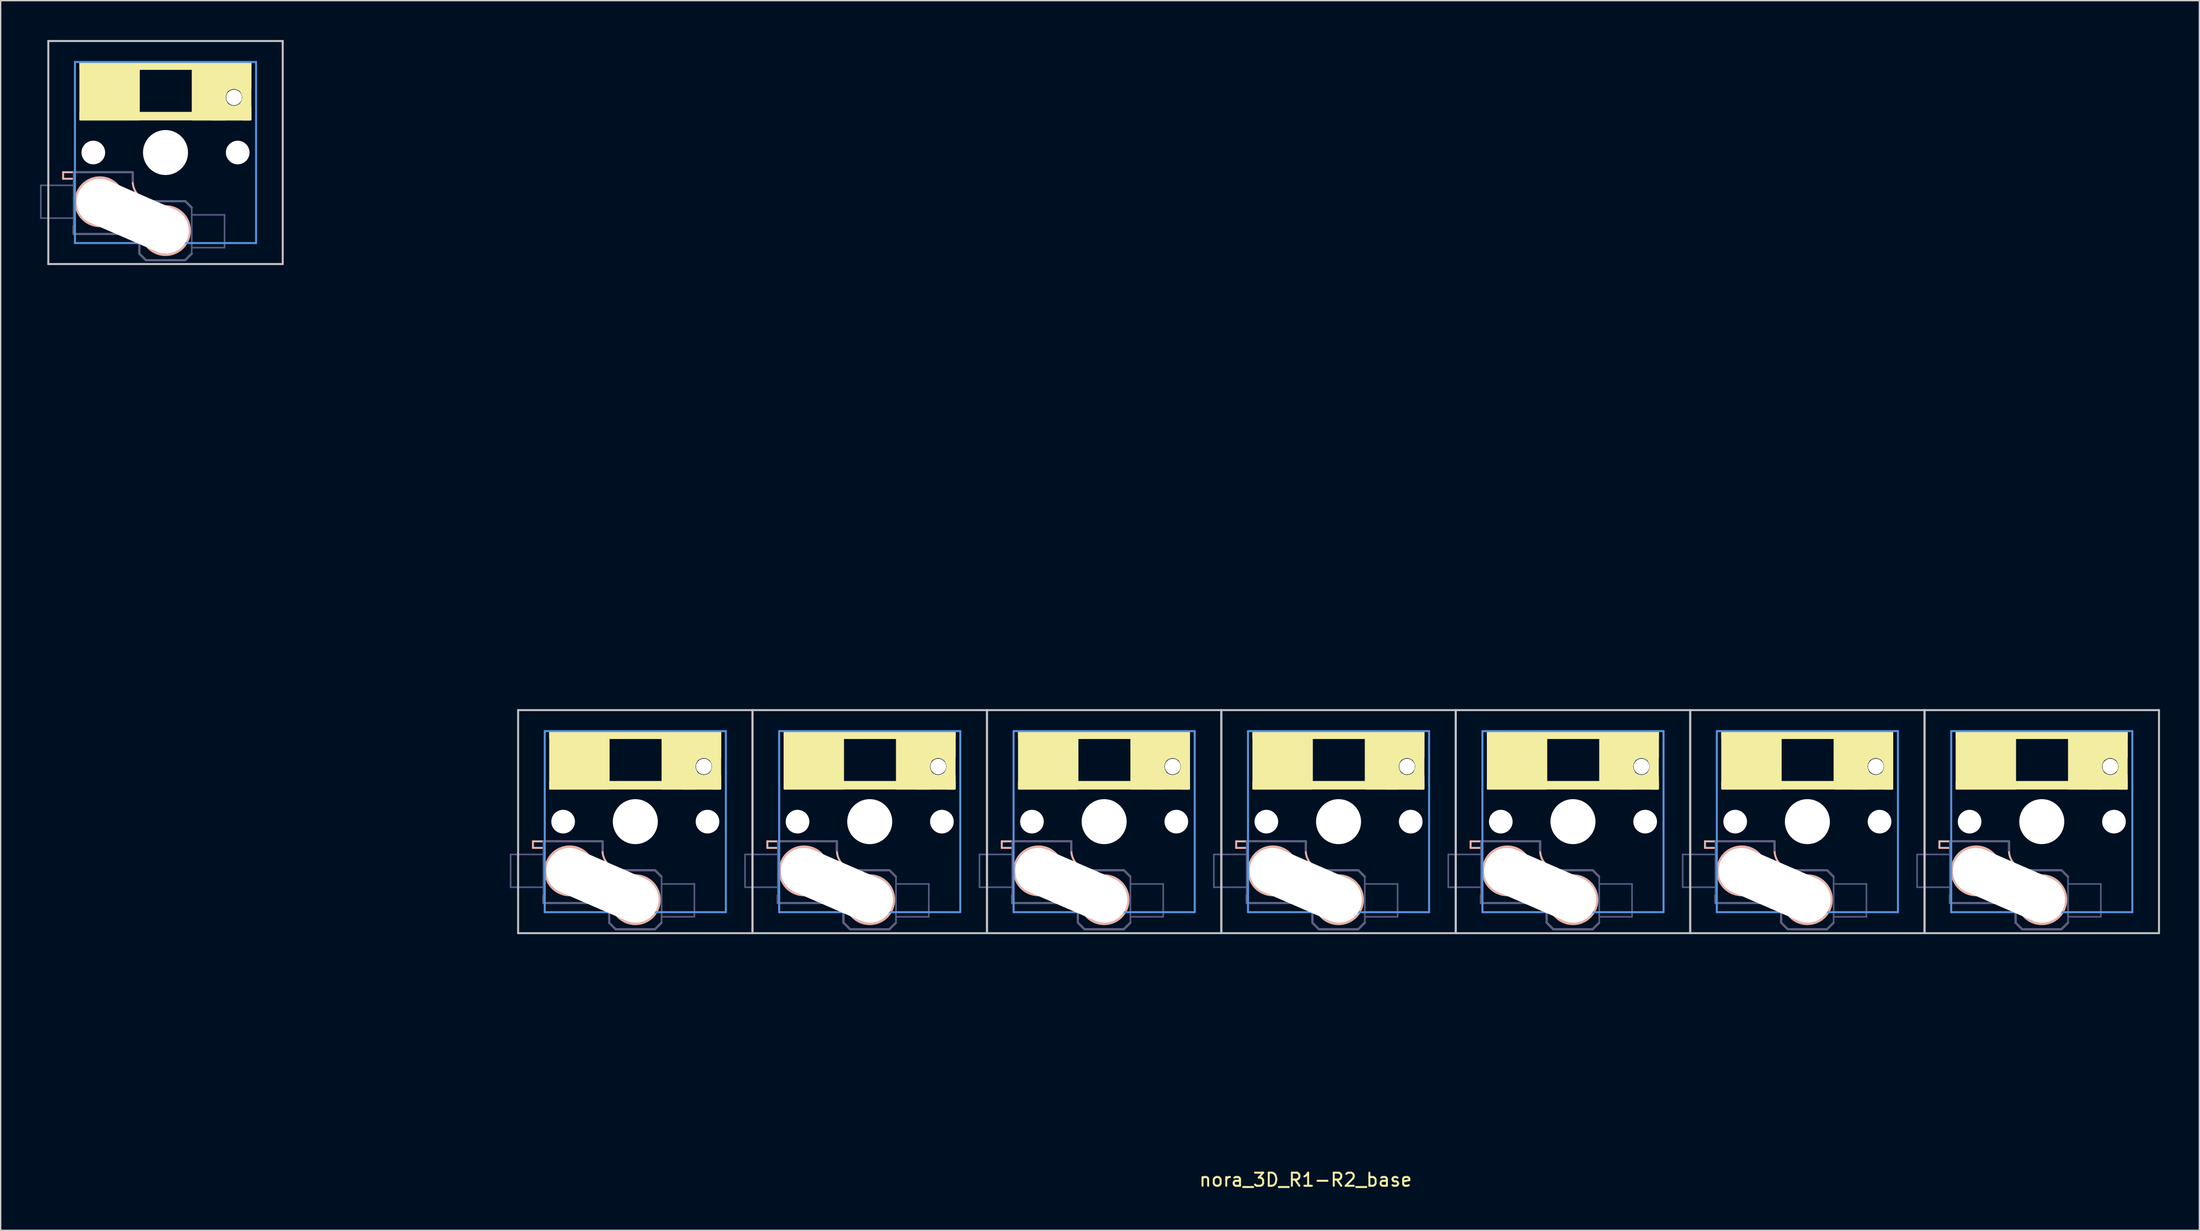
<source format=kicad_pcb>
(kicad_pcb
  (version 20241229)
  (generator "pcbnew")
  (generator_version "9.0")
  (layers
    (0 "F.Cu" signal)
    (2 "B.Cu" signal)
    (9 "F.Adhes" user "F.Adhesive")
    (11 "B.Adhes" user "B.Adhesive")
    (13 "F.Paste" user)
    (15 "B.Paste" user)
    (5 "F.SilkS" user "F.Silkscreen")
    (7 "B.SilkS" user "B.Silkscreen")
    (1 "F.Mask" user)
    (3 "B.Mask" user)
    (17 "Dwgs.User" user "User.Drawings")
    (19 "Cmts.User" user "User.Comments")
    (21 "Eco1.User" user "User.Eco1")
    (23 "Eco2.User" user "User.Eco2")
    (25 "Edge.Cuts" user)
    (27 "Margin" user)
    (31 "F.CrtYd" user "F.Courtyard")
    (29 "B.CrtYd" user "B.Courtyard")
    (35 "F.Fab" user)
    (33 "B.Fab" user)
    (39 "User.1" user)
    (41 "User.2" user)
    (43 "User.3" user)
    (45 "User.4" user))
  (footprint "nora_3D_R1-R2_base"
    (layer "F.Cu")
    (at 45.354 59.576)
    (property "Reference" "nora_3D_R1-R2_base" (at 51.07 27.3 0) (unlocked yes) (layer "F.SilkS") (effects (font (size 1 1) (thickness 0.15))))
    (attr smd)
    (fp_poly (pts (xy -37.804 -57.9) (xy -42.304 -57.9) (xy -42.304 -53.5) (xy -37.804 -53.5)) (stroke (width 0.1) (type solid)) (fill yes) (layer "F.SilkS"))
    (fp_poly (pts (xy -31.254 -57.9) (xy -33.744 -57.9) (xy -33.744 -53.5) (xy -31.254 -53.5)) (stroke (width 0.1) (type solid)) (fill yes) (layer "F.SilkS"))
    (fp_poly (pts (xy -29.304 -57.9) (xy -42.304 -57.9) (xy -42.304 -57.35) (xy -29.304 -57.35)) (stroke (width 0.1) (type solid)) (fill yes) (layer "F.SilkS"))
    (fp_poly (pts (xy -29.304 -57.9) (xy -32.204 -57.9) (xy -32.204 -55.89) (xy -29.304 -55.89)) (stroke (width 0.1) (type solid)) (fill yes) (layer "F.SilkS"))
    (fp_poly (pts (xy -29.304 -57.9) (xy -29.904 -57.9) (xy -29.904 -53.5) (xy -29.304 -53.5)) (stroke (width 0.1) (type solid)) (fill yes) (layer "F.SilkS"))
    (fp_poly (pts (xy -29.304 -54.51) (xy -32.204 -54.51) (xy -32.204 -53.5) (xy -29.304 -53.5)) (stroke (width 0.1) (type solid)) (fill yes) (layer "F.SilkS"))
    (fp_poly (pts (xy -29.304 -54.05) (xy -42.304 -54.05) (xy -42.304 -53.5) (xy -29.304 -53.5)) (stroke (width 0.1) (type solid)) (fill yes) (layer "F.SilkS"))
    (fp_poly (pts (xy -2.01 -6.9) (xy -6.51 -6.9) (xy -6.51 -2.5) (xy -2.01 -2.5)) (stroke (width 0.1) (type solid)) (fill yes) (layer "F.SilkS"))
    (fp_poly (pts (xy 4.54 -6.9) (xy 2.05 -6.9) (xy 2.05 -2.5) (xy 4.54 -2.5)) (stroke (width 0.1) (type solid)) (fill yes) (layer "F.SilkS"))
    (fp_poly (pts (xy 6.49 -6.9) (xy -6.51 -6.9) (xy -6.51 -6.35) (xy 6.49 -6.35)) (stroke (width 0.1) (type solid)) (fill yes) (layer "F.SilkS"))
    (fp_poly (pts (xy 6.49 -6.9) (xy 3.59 -6.9) (xy 3.59 -4.89) (xy 6.49 -4.89)) (stroke (width 0.1) (type solid)) (fill yes) (layer "F.SilkS"))
    (fp_poly (pts (xy 6.49 -6.9) (xy 5.89 -6.9) (xy 5.89 -2.5) (xy 6.49 -2.5)) (stroke (width 0.1) (type solid)) (fill yes) (layer "F.SilkS"))
    (fp_poly (pts (xy 6.49 -3.51) (xy 3.59 -3.51) (xy 3.59 -2.5) (xy 6.49 -2.5)) (stroke (width 0.1) (type solid)) (fill yes) (layer "F.SilkS"))
    (fp_poly (pts (xy 6.49 -3.05) (xy -6.51 -3.05) (xy -6.51 -2.5) (xy 6.49 -2.5)) (stroke (width 0.1) (type solid)) (fill yes) (layer "F.SilkS"))
    (fp_poly (pts (xy 15.849 -6.9) (xy 11.349 -6.9) (xy 11.349 -2.5) (xy 15.849 -2.5)) (stroke (width 0.1) (type solid)) (fill yes) (layer "F.SilkS"))
    (fp_poly (pts (xy 22.399 -6.9) (xy 19.909 -6.9) (xy 19.909 -2.5) (xy 22.399 -2.5)) (stroke (width 0.1) (type solid)) (fill yes) (layer "F.SilkS"))
    (fp_poly (pts (xy 24.349 -6.9) (xy 11.349 -6.9) (xy 11.349 -6.35) (xy 24.349 -6.35)) (stroke (width 0.1) (type solid)) (fill yes) (layer "F.SilkS"))
    (fp_poly (pts (xy 24.349 -6.9) (xy 21.449 -6.9) (xy 21.449 -4.89) (xy 24.349 -4.89)) (stroke (width 0.1) (type solid)) (fill yes) (layer "F.SilkS"))
    (fp_poly (pts (xy 24.349 -6.9) (xy 23.749 -6.9) (xy 23.749 -2.5) (xy 24.349 -2.5)) (stroke (width 0.1) (type solid)) (fill yes) (layer "F.SilkS"))
    (fp_poly (pts (xy 24.349 -3.51) (xy 21.449 -3.51) (xy 21.449 -2.5) (xy 24.349 -2.5)) (stroke (width 0.1) (type solid)) (fill yes) (layer "F.SilkS"))
    (fp_poly (pts (xy 24.349 -3.05) (xy 11.349 -3.05) (xy 11.349 -2.5) (xy 24.349 -2.5)) (stroke (width 0.1) (type solid)) (fill yes) (layer "F.SilkS"))
    (fp_poly (pts (xy 33.709 -6.9) (xy 29.209 -6.9) (xy 29.209 -2.5) (xy 33.709 -2.5)) (stroke (width 0.1) (type solid)) (fill yes) (layer "F.SilkS"))
    (fp_poly (pts (xy 40.259 -6.9) (xy 37.769 -6.9) (xy 37.769 -2.5) (xy 40.259 -2.5)) (stroke (width 0.1) (type solid)) (fill yes) (layer "F.SilkS"))
    (fp_poly (pts (xy 42.209 -6.9) (xy 29.209 -6.9) (xy 29.209 -6.35) (xy 42.209 -6.35)) (stroke (width 0.1) (type solid)) (fill yes) (layer "F.SilkS"))
    (fp_poly (pts (xy 42.209 -6.9) (xy 39.309 -6.9) (xy 39.309 -4.89) (xy 42.209 -4.89)) (stroke (width 0.1) (type solid)) (fill yes) (layer "F.SilkS"))
    (fp_poly (pts (xy 42.209 -6.9) (xy 41.609 -6.9) (xy 41.609 -2.5) (xy 42.209 -2.5)) (stroke (width 0.1) (type solid)) (fill yes) (layer "F.SilkS"))
    (fp_poly (pts (xy 42.209 -3.51) (xy 39.309 -3.51) (xy 39.309 -2.5) (xy 42.209 -2.5)) (stroke (width 0.1) (type solid)) (fill yes) (layer "F.SilkS"))
    (fp_poly (pts (xy 42.209 -3.05) (xy 29.209 -3.05) (xy 29.209 -2.5) (xy 42.209 -2.5)) (stroke (width 0.1) (type solid)) (fill yes) (layer "F.SilkS"))
    (fp_poly (pts (xy 51.568 -6.9) (xy 47.068 -6.9) (xy 47.068 -2.5) (xy 51.568 -2.5)) (stroke (width 0.1) (type solid)) (fill yes) (layer "F.SilkS"))
    (fp_poly (pts (xy 58.118 -6.9) (xy 55.628 -6.9) (xy 55.628 -2.5) (xy 58.118 -2.5)) (stroke (width 0.1) (type solid)) (fill yes) (layer "F.SilkS"))
    (fp_poly (pts (xy 60.068 -6.9) (xy 47.068 -6.9) (xy 47.068 -6.35) (xy 60.068 -6.35)) (stroke (width 0.1) (type solid)) (fill yes) (layer "F.SilkS"))
    (fp_poly (pts (xy 60.068 -6.9) (xy 57.168 -6.9) (xy 57.168 -4.89) (xy 60.068 -4.89)) (stroke (width 0.1) (type solid)) (fill yes) (layer "F.SilkS"))
    (fp_poly (pts (xy 60.068 -6.9) (xy 59.468 -6.9) (xy 59.468 -2.5) (xy 60.068 -2.5)) (stroke (width 0.1) (type solid)) (fill yes) (layer "F.SilkS"))
    (fp_poly (pts (xy 60.068 -3.51) (xy 57.168 -3.51) (xy 57.168 -2.5) (xy 60.068 -2.5)) (stroke (width 0.1) (type solid)) (fill yes) (layer "F.SilkS"))
    (fp_poly (pts (xy 60.068 -3.05) (xy 47.068 -3.05) (xy 47.068 -2.5) (xy 60.068 -2.5)) (stroke (width 0.1) (type solid)) (fill yes) (layer "F.SilkS"))
    (fp_poly (pts (xy 69.428 -6.9) (xy 64.928 -6.9) (xy 64.928 -2.5) (xy 69.428 -2.5)) (stroke (width 0.1) (type solid)) (fill yes) (layer "F.SilkS"))
    (fp_poly (pts (xy 75.978 -6.9) (xy 73.488 -6.9) (xy 73.488 -2.5) (xy 75.978 -2.5)) (stroke (width 0.1) (type solid)) (fill yes) (layer "F.SilkS"))
    (fp_poly (pts (xy 77.928 -6.9) (xy 64.928 -6.9) (xy 64.928 -6.35) (xy 77.928 -6.35)) (stroke (width 0.1) (type solid)) (fill yes) (layer "F.SilkS"))
    (fp_poly (pts (xy 77.928 -6.9) (xy 75.028 -6.9) (xy 75.028 -4.89) (xy 77.928 -4.89)) (stroke (width 0.1) (type solid)) (fill yes) (layer "F.SilkS"))
    (fp_poly (pts (xy 77.928 -6.9) (xy 77.328 -6.9) (xy 77.328 -2.5) (xy 77.928 -2.5)) (stroke (width 0.1) (type solid)) (fill yes) (layer "F.SilkS"))
    (fp_poly (pts (xy 77.928 -3.51) (xy 75.028 -3.51) (xy 75.028 -2.5) (xy 77.928 -2.5)) (stroke (width 0.1) (type solid)) (fill yes) (layer "F.SilkS"))
    (fp_poly (pts (xy 77.928 -3.05) (xy 64.928 -3.05) (xy 64.928 -2.5) (xy 77.928 -2.5)) (stroke (width 0.1) (type solid)) (fill yes) (layer "F.SilkS"))
    (fp_poly (pts (xy 87.287 -6.9) (xy 82.787 -6.9) (xy 82.787 -2.5) (xy 87.287 -2.5)) (stroke (width 0.1) (type solid)) (fill yes) (layer "F.SilkS"))
    (fp_poly (pts (xy 93.837 -6.9) (xy 91.347 -6.9) (xy 91.347 -2.5) (xy 93.837 -2.5)) (stroke (width 0.1) (type solid)) (fill yes) (layer "F.SilkS"))
    (fp_poly (pts (xy 95.787 -6.9) (xy 82.787 -6.9) (xy 82.787 -6.35) (xy 95.787 -6.35)) (stroke (width 0.1) (type solid)) (fill yes) (layer "F.SilkS"))
    (fp_poly (pts (xy 95.787 -6.9) (xy 92.887 -6.9) (xy 92.887 -4.89) (xy 95.787 -4.89)) (stroke (width 0.1) (type solid)) (fill yes) (layer "F.SilkS"))
    (fp_poly (pts (xy 95.787 -6.9) (xy 95.187 -6.9) (xy 95.187 -2.5) (xy 95.787 -2.5)) (stroke (width 0.1) (type solid)) (fill yes) (layer "F.SilkS"))
    (fp_poly (pts (xy 95.787 -3.51) (xy 92.887 -3.51) (xy 92.887 -2.5) (xy 95.787 -2.5)) (stroke (width 0.1) (type solid)) (fill yes) (layer "F.SilkS"))
    (fp_poly (pts (xy 95.787 -3.05) (xy 82.787 -3.05) (xy 82.787 -2.5) (xy 95.787 -2.5)) (stroke (width 0.1) (type solid)) (fill yes) (layer "F.SilkS"))
    (fp_poly (pts (xy 105.146 -6.9) (xy 100.646 -6.9) (xy 100.646 -2.5) (xy 105.146 -2.5)) (stroke (width 0.1) (type solid)) (fill yes) (layer "F.SilkS"))
    (fp_poly (pts (xy 111.696 -6.9) (xy 109.206 -6.9) (xy 109.206 -2.5) (xy 111.696 -2.5)) (stroke (width 0.1) (type solid)) (fill yes) (layer "F.SilkS"))
    (fp_poly (pts (xy 113.646 -6.9) (xy 100.646 -6.9) (xy 100.646 -6.35) (xy 113.646 -6.35)) (stroke (width 0.1) (type solid)) (fill yes) (layer "F.SilkS"))
    (fp_poly (pts (xy 113.646 -6.9) (xy 110.746 -6.9) (xy 110.746 -4.89) (xy 113.646 -4.89)) (stroke (width 0.1) (type solid)) (fill yes) (layer "F.SilkS"))
    (fp_poly (pts (xy 113.646 -6.9) (xy 113.046 -6.9) (xy 113.046 -2.5) (xy 113.646 -2.5)) (stroke (width 0.1) (type solid)) (fill yes) (layer "F.SilkS"))
    (fp_poly (pts (xy 113.646 -3.51) (xy 110.746 -3.51) (xy 110.746 -2.5) (xy 113.646 -2.5)) (stroke (width 0.1) (type solid)) (fill yes) (layer "F.SilkS"))
    (fp_poly (pts (xy 113.646 -3.05) (xy 100.646 -3.05) (xy 100.646 -2.5) (xy 113.646 -2.5)) (stroke (width 0.1) (type solid)) (fill yes) (layer "F.SilkS"))
    (fp_poly (pts (xy -31.204 -55.45) (xy -31.104 -55.65) (xy -31.004 -55.75) (xy -30.804 -55.85) (xy -30.604 -55.9) (xy -31.254 -55.9) (xy -31.254 -55.25)) (stroke (width 0.1) (type solid)) (fill yes) (layer "F.SilkS"))
    (fp_poly (pts (xy -30.804 -54.55) (xy -31.004 -54.65) (xy -31.104 -54.75) (xy -31.204 -54.95) (xy -31.254 -55.15) (xy -31.254 -54.5) (xy -30.604 -54.5)) (stroke (width 0.1) (type solid)) (fill yes) (layer "F.SilkS"))
    (fp_poly (pts (xy -30.354 -55.85) (xy -30.154 -55.75) (xy -30.054 -55.65) (xy -29.954 -55.45) (xy -29.904 -55.25) (xy -29.904 -55.9) (xy -30.554 -55.9)) (stroke (width 0.1) (type solid)) (fill yes) (layer "F.SilkS"))
    (fp_poly (pts (xy -29.954 -54.95) (xy -30.054 -54.75) (xy -30.154 -54.65) (xy -30.354 -54.55) (xy -30.554 -54.5) (xy -29.904 -54.5) (xy -29.904 -55.15)) (stroke (width 0.1) (type solid)) (fill yes) (layer "F.SilkS"))
    (fp_poly (pts (xy 4.59 -4.45) (xy 4.69 -4.65) (xy 4.79 -4.75) (xy 4.99 -4.85) (xy 5.19 -4.9) (xy 4.54 -4.9) (xy 4.54 -4.25)) (stroke (width 0.1) (type solid)) (fill yes) (layer "F.SilkS"))
    (fp_poly (pts (xy 4.99 -3.55) (xy 4.79 -3.65) (xy 4.69 -3.75) (xy 4.59 -3.95) (xy 4.54 -4.15) (xy 4.54 -3.5) (xy 5.19 -3.5)) (stroke (width 0.1) (type solid)) (fill yes) (layer "F.SilkS"))
    (fp_poly (pts (xy 5.44 -4.85) (xy 5.64 -4.75) (xy 5.74 -4.65) (xy 5.84 -4.45) (xy 5.89 -4.25) (xy 5.89 -4.9) (xy 5.24 -4.9)) (stroke (width 0.1) (type solid)) (fill yes) (layer "F.SilkS"))
    (fp_poly (pts (xy 5.84 -3.95) (xy 5.74 -3.75) (xy 5.64 -3.65) (xy 5.44 -3.55) (xy 5.24 -3.5) (xy 5.89 -3.5) (xy 5.89 -4.15)) (stroke (width 0.1) (type solid)) (fill yes) (layer "F.SilkS"))
    (fp_poly (pts (xy 22.449 -4.45) (xy 22.549 -4.65) (xy 22.649 -4.75) (xy 22.849 -4.85) (xy 23.049 -4.9) (xy 22.399 -4.9) (xy 22.399 -4.25)) (stroke (width 0.1) (type solid)) (fill yes) (layer "F.SilkS"))
    (fp_poly (pts (xy 22.849 -3.55) (xy 22.649 -3.65) (xy 22.549 -3.75) (xy 22.449 -3.95) (xy 22.399 -4.15) (xy 22.399 -3.5) (xy 23.049 -3.5)) (stroke (width 0.1) (type solid)) (fill yes) (layer "F.SilkS"))
    (fp_poly (pts (xy 23.299 -4.85) (xy 23.499 -4.75) (xy 23.599 -4.65) (xy 23.699 -4.45) (xy 23.749 -4.25) (xy 23.749 -4.9) (xy 23.099 -4.9)) (stroke (width 0.1) (type solid)) (fill yes) (layer "F.SilkS"))
    (fp_poly (pts (xy 23.699 -3.95) (xy 23.599 -3.75) (xy 23.499 -3.65) (xy 23.299 -3.55) (xy 23.099 -3.5) (xy 23.749 -3.5) (xy 23.749 -4.15)) (stroke (width 0.1) (type solid)) (fill yes) (layer "F.SilkS"))
    (fp_poly (pts (xy 40.309 -4.45) (xy 40.409 -4.65) (xy 40.509 -4.75) (xy 40.709 -4.85) (xy 40.909 -4.9) (xy 40.259 -4.9) (xy 40.259 -4.25)) (stroke (width 0.1) (type solid)) (fill yes) (layer "F.SilkS"))
    (fp_poly (pts (xy 40.709 -3.55) (xy 40.509 -3.65) (xy 40.409 -3.75) (xy 40.309 -3.95) (xy 40.259 -4.15) (xy 40.259 -3.5) (xy 40.909 -3.5)) (stroke (width 0.1) (type solid)) (fill yes) (layer "F.SilkS"))
    (fp_poly (pts (xy 41.159 -4.85) (xy 41.359 -4.75) (xy 41.459 -4.65) (xy 41.559 -4.45) (xy 41.609 -4.25) (xy 41.609 -4.9) (xy 40.959 -4.9)) (stroke (width 0.1) (type solid)) (fill yes) (layer "F.SilkS"))
    (fp_poly (pts (xy 41.559 -3.95) (xy 41.459 -3.75) (xy 41.359 -3.65) (xy 41.159 -3.55) (xy 40.959 -3.5) (xy 41.609 -3.5) (xy 41.609 -4.15)) (stroke (width 0.1) (type solid)) (fill yes) (layer "F.SilkS"))
    (fp_poly (pts (xy 58.168 -4.45) (xy 58.268 -4.65) (xy 58.368 -4.75) (xy 58.568 -4.85) (xy 58.768 -4.9) (xy 58.118 -4.9) (xy 58.118 -4.25)) (stroke (width 0.1) (type solid)) (fill yes) (layer "F.SilkS"))
    (fp_poly (pts (xy 58.568 -3.55) (xy 58.368 -3.65) (xy 58.268 -3.75) (xy 58.168 -3.95) (xy 58.118 -4.15) (xy 58.118 -3.5) (xy 58.768 -3.5)) (stroke (width 0.1) (type solid)) (fill yes) (layer "F.SilkS"))
    (fp_poly (pts (xy 59.018 -4.85) (xy 59.218 -4.75) (xy 59.318 -4.65) (xy 59.418 -4.45) (xy 59.468 -4.25) (xy 59.468 -4.9) (xy 58.818 -4.9)) (stroke (width 0.1) (type solid)) (fill yes) (layer "F.SilkS"))
    (fp_poly (pts (xy 59.418 -3.95) (xy 59.318 -3.75) (xy 59.218 -3.65) (xy 59.018 -3.55) (xy 58.818 -3.5) (xy 59.468 -3.5) (xy 59.468 -4.15)) (stroke (width 0.1) (type solid)) (fill yes) (layer "F.SilkS"))
    (fp_poly (pts (xy 76.028 -4.45) (xy 76.128 -4.65) (xy 76.228 -4.75) (xy 76.428 -4.85) (xy 76.628 -4.9) (xy 75.978 -4.9) (xy 75.978 -4.25)) (stroke (width 0.1) (type solid)) (fill yes) (layer "F.SilkS"))
    (fp_poly (pts (xy 76.428 -3.55) (xy 76.228 -3.65) (xy 76.128 -3.75) (xy 76.028 -3.95) (xy 75.978 -4.15) (xy 75.978 -3.5) (xy 76.628 -3.5)) (stroke (width 0.1) (type solid)) (fill yes) (layer "F.SilkS"))
    (fp_poly (pts (xy 76.878 -4.85) (xy 77.078 -4.75) (xy 77.178 -4.65) (xy 77.278 -4.45) (xy 77.328 -4.25) (xy 77.328 -4.9) (xy 76.678 -4.9)) (stroke (width 0.1) (type solid)) (fill yes) (layer "F.SilkS"))
    (fp_poly (pts (xy 77.278 -3.95) (xy 77.178 -3.75) (xy 77.078 -3.65) (xy 76.878 -3.55) (xy 76.678 -3.5) (xy 77.328 -3.5) (xy 77.328 -4.15)) (stroke (width 0.1) (type solid)) (fill yes) (layer "F.SilkS"))
    (fp_poly (pts (xy 93.887 -4.45) (xy 93.987 -4.65) (xy 94.087 -4.75) (xy 94.287 -4.85) (xy 94.487 -4.9) (xy 93.837 -4.9) (xy 93.837 -4.25)) (stroke (width 0.1) (type solid)) (fill yes) (layer "F.SilkS"))
    (fp_poly (pts (xy 94.287 -3.55) (xy 94.087 -3.65) (xy 93.987 -3.75) (xy 93.887 -3.95) (xy 93.837 -4.15) (xy 93.837 -3.5) (xy 94.487 -3.5)) (stroke (width 0.1) (type solid)) (fill yes) (layer "F.SilkS"))
    (fp_poly (pts (xy 94.737 -4.85) (xy 94.937 -4.75) (xy 95.037 -4.65) (xy 95.137 -4.45) (xy 95.187 -4.25) (xy 95.187 -4.9) (xy 94.537 -4.9)) (stroke (width 0.1) (type solid)) (fill yes) (layer "F.SilkS"))
    (fp_poly (pts (xy 95.137 -3.95) (xy 95.037 -3.75) (xy 94.937 -3.65) (xy 94.737 -3.55) (xy 94.537 -3.5) (xy 95.187 -3.5) (xy 95.187 -4.15)) (stroke (width 0.1) (type solid)) (fill yes) (layer "F.SilkS"))
    (fp_poly (pts (xy 111.746 -4.45) (xy 111.846 -4.65) (xy 111.946 -4.75) (xy 112.146 -4.85) (xy 112.346 -4.9) (xy 111.696 -4.9) (xy 111.696 -4.25)) (stroke (width 0.1) (type solid)) (fill yes) (layer "F.SilkS"))
    (fp_poly (pts (xy 112.146 -3.55) (xy 111.946 -3.65) (xy 111.846 -3.75) (xy 111.746 -3.95) (xy 111.696 -4.15) (xy 111.696 -3.5) (xy 112.346 -3.5)) (stroke (width 0.1) (type solid)) (fill yes) (layer "F.SilkS"))
    (fp_poly (pts (xy 112.596 -4.85) (xy 112.796 -4.75) (xy 112.896 -4.65) (xy 112.996 -4.45) (xy 113.046 -4.25) (xy 113.046 -4.9) (xy 112.396 -4.9)) (stroke (width 0.1) (type solid)) (fill yes) (layer "F.SilkS"))
    (fp_poly (pts (xy 112.996 -3.95) (xy 112.896 -3.75) (xy 112.796 -3.65) (xy 112.596 -3.55) (xy 112.396 -3.5) (xy 113.046 -3.5) (xy 113.046 -4.15)) (stroke (width 0.1) (type solid)) (fill yes) (layer "F.SilkS"))
    (fp_line (start -43.594 -49.5) (end -43.594 -49) (stroke (width 0.15) (type solid)) (layer "B.SilkS"))
    (fp_line (start -42.794 -49) (end -43.594 -49) (stroke (width 0.15) (type solid)) (layer "B.SilkS"))
    (fp_line (start -42.794 -45.4) (end -42.794 -44.8) (stroke (width 0.15) (type solid)) (layer "B.SilkS"))
    (fp_line (start -42.794 -44.8) (end -38.294 -44.8) (stroke (width 0.15) (type solid)) (layer "B.SilkS"))
    (fp_line (start -38.294 -49.5) (end -43.594 -49.5) (stroke (width 0.15) (type solid)) (layer "B.SilkS"))
    (fp_line (start -38.294 -48.8) (end -38.294 -49.5) (stroke (width 0.15) (type solid)) (layer "B.SilkS"))
    (fp_line (start -37.794 -44.3) (end -37.794 -43.3) (stroke (width 0.15) (type solid)) (layer "B.SilkS"))
    (fp_line (start -37.294 -42.8) (end -37.794 -43.3) (stroke (width 0.15) (type solid)) (layer "B.SilkS"))
    (fp_line (start -34.294 -47.3) (end -36.794 -47.3) (stroke (width 0.15) (type solid)) (layer "B.SilkS"))
    (fp_line (start -34.294 -42.8) (end -37.294 -42.8) (stroke (width 0.15) (type solid)) (layer "B.SilkS"))
    (fp_line (start -33.794 -46.8) (end -34.294 -47.3) (stroke (width 0.15) (type solid)) (layer "B.SilkS"))
    (fp_line (start -33.794 -43.3) (end -34.294 -42.8) (stroke (width 0.15) (type solid)) (layer "B.SilkS"))
    (fp_line (start -7.8 1.5) (end -7.8 2) (stroke (width 0.15) (type solid)) (layer "B.SilkS"))
    (fp_line (start -7 2) (end -7.8 2) (stroke (width 0.15) (type solid)) (layer "B.SilkS"))
    (fp_line (start -7 5.6) (end -7 6.2) (stroke (width 0.15) (type solid)) (layer "B.SilkS"))
    (fp_line (start -7 6.2) (end -2.5 6.2) (stroke (width 0.15) (type solid)) (layer "B.SilkS"))
    (fp_line (start -2.5 1.5) (end -7.8 1.5) (stroke (width 0.15) (type solid)) (layer "B.SilkS"))
    (fp_line (start -2.5 2.2) (end -2.5 1.5) (stroke (width 0.15) (type solid)) (layer "B.SilkS"))
    (fp_line (start -2 6.7) (end -2 7.7) (stroke (width 0.15) (type solid)) (layer "B.SilkS"))
    (fp_line (start -1.5 8.2) (end -2 7.7) (stroke (width 0.15) (type solid)) (layer "B.SilkS"))
    (fp_line (start 1.5 3.7) (end -1 3.7) (stroke (width 0.15) (type solid)) (layer "B.SilkS"))
    (fp_line (start 1.5 8.2) (end -1.5 8.2) (stroke (width 0.15) (type solid)) (layer "B.SilkS"))
    (fp_line (start 2 4.2) (end 1.5 3.7) (stroke (width 0.15) (type solid)) (layer "B.SilkS"))
    (fp_line (start 2 7.7) (end 1.5 8.2) (stroke (width 0.15) (type solid)) (layer "B.SilkS"))
    (fp_line (start 10.059 1.5) (end 10.059 2) (stroke (width 0.15) (type solid)) (layer "B.SilkS"))
    (fp_line (start 10.859 2) (end 10.059 2) (stroke (width 0.15) (type solid)) (layer "B.SilkS"))
    (fp_line (start 10.859 5.6) (end 10.859 6.2) (stroke (width 0.15) (type solid)) (layer "B.SilkS"))
    (fp_line (start 10.859 6.2) (end 15.359 6.2) (stroke (width 0.15) (type solid)) (layer "B.SilkS"))
    (fp_line (start 15.359 1.5) (end 10.059 1.5) (stroke (width 0.15) (type solid)) (layer "B.SilkS"))
    (fp_line (start 15.359 2.2) (end 15.359 1.5) (stroke (width 0.15) (type solid)) (layer "B.SilkS"))
    (fp_line (start 15.859 6.7) (end 15.859 7.7) (stroke (width 0.15) (type solid)) (layer "B.SilkS"))
    (fp_line (start 16.359 8.2) (end 15.859 7.7) (stroke (width 0.15) (type solid)) (layer "B.SilkS"))
    (fp_line (start 19.359 3.7) (end 16.859 3.7) (stroke (width 0.15) (type solid)) (layer "B.SilkS"))
    (fp_line (start 19.359 8.2) (end 16.359 8.2) (stroke (width 0.15) (type solid)) (layer "B.SilkS"))
    (fp_line (start 19.859 4.2) (end 19.359 3.7) (stroke (width 0.15) (type solid)) (layer "B.SilkS"))
    (fp_line (start 19.859 7.7) (end 19.359 8.2) (stroke (width 0.15) (type solid)) (layer "B.SilkS"))
    (fp_line (start 27.919 1.5) (end 27.919 2) (stroke (width 0.15) (type solid)) (layer "B.SilkS"))
    (fp_line (start 28.719 2) (end 27.919 2) (stroke (width 0.15) (type solid)) (layer "B.SilkS"))
    (fp_line (start 28.719 5.6) (end 28.719 6.2) (stroke (width 0.15) (type solid)) (layer "B.SilkS"))
    (fp_line (start 28.719 6.2) (end 33.219 6.2) (stroke (width 0.15) (type solid)) (layer "B.SilkS"))
    (fp_line (start 33.219 1.5) (end 27.919 1.5) (stroke (width 0.15) (type solid)) (layer "B.SilkS"))
    (fp_line (start 33.219 2.2) (end 33.219 1.5) (stroke (width 0.15) (type solid)) (layer "B.SilkS"))
    (fp_line (start 33.719 6.7) (end 33.719 7.7) (stroke (width 0.15) (type solid)) (layer "B.SilkS"))
    (fp_line (start 34.219 8.2) (end 33.719 7.7) (stroke (width 0.15) (type solid)) (layer "B.SilkS"))
    (fp_line (start 37.219 3.7) (end 34.719 3.7) (stroke (width 0.15) (type solid)) (layer "B.SilkS"))
    (fp_line (start 37.219 8.2) (end 34.219 8.2) (stroke (width 0.15) (type solid)) (layer "B.SilkS"))
    (fp_line (start 37.719 4.2) (end 37.219 3.7) (stroke (width 0.15) (type solid)) (layer "B.SilkS"))
    (fp_line (start 37.719 7.7) (end 37.219 8.2) (stroke (width 0.15) (type solid)) (layer "B.SilkS"))
    (fp_line (start 45.778 1.5) (end 45.778 2) (stroke (width 0.15) (type solid)) (layer "B.SilkS"))
    (fp_line (start 46.578 2) (end 45.778 2) (stroke (width 0.15) (type solid)) (layer "B.SilkS"))
    (fp_line (start 46.578 5.6) (end 46.578 6.2) (stroke (width 0.15) (type solid)) (layer "B.SilkS"))
    (fp_line (start 46.578 6.2) (end 51.078 6.2) (stroke (width 0.15) (type solid)) (layer "B.SilkS"))
    (fp_line (start 51.078 1.5) (end 45.778 1.5) (stroke (width 0.15) (type solid)) (layer "B.SilkS"))
    (fp_line (start 51.078 2.2) (end 51.078 1.5) (stroke (width 0.15) (type solid)) (layer "B.SilkS"))
    (fp_line (start 51.578 6.7) (end 51.578 7.7) (stroke (width 0.15) (type solid)) (layer "B.SilkS"))
    (fp_line (start 52.078 8.2) (end 51.578 7.7) (stroke (width 0.15) (type solid)) (layer "B.SilkS"))
    (fp_line (start 55.078 3.7) (end 52.578 3.7) (stroke (width 0.15) (type solid)) (layer "B.SilkS"))
    (fp_line (start 55.078 8.2) (end 52.078 8.2) (stroke (width 0.15) (type solid)) (layer "B.SilkS"))
    (fp_line (start 55.578 4.2) (end 55.078 3.7) (stroke (width 0.15) (type solid)) (layer "B.SilkS"))
    (fp_line (start 55.578 7.7) (end 55.078 8.2) (stroke (width 0.15) (type solid)) (layer "B.SilkS"))
    (fp_line (start 63.638 1.5) (end 63.638 2) (stroke (width 0.15) (type solid)) (layer "B.SilkS"))
    (fp_line (start 64.438 2) (end 63.638 2) (stroke (width 0.15) (type solid)) (layer "B.SilkS"))
    (fp_line (start 64.438 5.6) (end 64.438 6.2) (stroke (width 0.15) (type solid)) (layer "B.SilkS"))
    (fp_line (start 64.438 6.2) (end 68.938 6.2) (stroke (width 0.15) (type solid)) (layer "B.SilkS"))
    (fp_line (start 68.938 1.5) (end 63.638 1.5) (stroke (width 0.15) (type solid)) (layer "B.SilkS"))
    (fp_line (start 68.938 2.2) (end 68.938 1.5) (stroke (width 0.15) (type solid)) (layer "B.SilkS"))
    (fp_line (start 69.438 6.7) (end 69.438 7.7) (stroke (width 0.15) (type solid)) (layer "B.SilkS"))
    (fp_line (start 69.938 8.2) (end 69.438 7.7) (stroke (width 0.15) (type solid)) (layer "B.SilkS"))
    (fp_line (start 72.938 3.7) (end 70.438 3.7) (stroke (width 0.15) (type solid)) (layer "B.SilkS"))
    (fp_line (start 72.938 8.2) (end 69.938 8.2) (stroke (width 0.15) (type solid)) (layer "B.SilkS"))
    (fp_line (start 73.438 4.2) (end 72.938 3.7) (stroke (width 0.15) (type solid)) (layer "B.SilkS"))
    (fp_line (start 73.438 7.7) (end 72.938 8.2) (stroke (width 0.15) (type solid)) (layer "B.SilkS"))
    (fp_line (start 81.497 1.5) (end 81.497 2) (stroke (width 0.15) (type solid)) (layer "B.SilkS"))
    (fp_line (start 82.297 2) (end 81.497 2) (stroke (width 0.15) (type solid)) (layer "B.SilkS"))
    (fp_line (start 82.297 5.6) (end 82.297 6.2) (stroke (width 0.15) (type solid)) (layer "B.SilkS"))
    (fp_line (start 82.297 6.2) (end 86.797 6.2) (stroke (width 0.15) (type solid)) (layer "B.SilkS"))
    (fp_line (start 86.797 1.5) (end 81.497 1.5) (stroke (width 0.15) (type solid)) (layer "B.SilkS"))
    (fp_line (start 86.797 2.2) (end 86.797 1.5) (stroke (width 0.15) (type solid)) (layer "B.SilkS"))
    (fp_line (start 87.297 6.7) (end 87.297 7.7) (stroke (width 0.15) (type solid)) (layer "B.SilkS"))
    (fp_line (start 87.797 8.2) (end 87.297 7.7) (stroke (width 0.15) (type solid)) (layer "B.SilkS"))
    (fp_line (start 90.797 3.7) (end 88.297 3.7) (stroke (width 0.15) (type solid)) (layer "B.SilkS"))
    (fp_line (start 90.797 8.2) (end 87.797 8.2) (stroke (width 0.15) (type solid)) (layer "B.SilkS"))
    (fp_line (start 91.297 4.2) (end 90.797 3.7) (stroke (width 0.15) (type solid)) (layer "B.SilkS"))
    (fp_line (start 91.297 7.7) (end 90.797 8.2) (stroke (width 0.15) (type solid)) (layer "B.SilkS"))
    (fp_line (start 99.356 1.5) (end 99.356 2) (stroke (width 0.15) (type solid)) (layer "B.SilkS"))
    (fp_line (start 100.156 2) (end 99.356 2) (stroke (width 0.15) (type solid)) (layer "B.SilkS"))
    (fp_line (start 100.156 5.6) (end 100.156 6.2) (stroke (width 0.15) (type solid)) (layer "B.SilkS"))
    (fp_line (start 100.156 6.2) (end 104.656 6.2) (stroke (width 0.15) (type solid)) (layer "B.SilkS"))
    (fp_line (start 104.656 1.5) (end 99.356 1.5) (stroke (width 0.15) (type solid)) (layer "B.SilkS"))
    (fp_line (start 104.656 2.2) (end 104.656 1.5) (stroke (width 0.15) (type solid)) (layer "B.SilkS"))
    (fp_line (start 105.156 6.7) (end 105.156 7.7) (stroke (width 0.15) (type solid)) (layer "B.SilkS"))
    (fp_line (start 105.656 8.2) (end 105.156 7.7) (stroke (width 0.15) (type solid)) (layer "B.SilkS"))
    (fp_line (start 108.656 3.7) (end 106.156 3.7) (stroke (width 0.15) (type solid)) (layer "B.SilkS"))
    (fp_line (start 108.656 8.2) (end 105.656 8.2) (stroke (width 0.15) (type solid)) (layer "B.SilkS"))
    (fp_line (start 109.156 4.2) (end 108.656 3.7) (stroke (width 0.15) (type solid)) (layer "B.SilkS"))
    (fp_line (start 109.156 7.7) (end 108.656 8.2) (stroke (width 0.15) (type solid)) (layer "B.SilkS"))
    (fp_arc (start -38.293908 -44.8) (mid -37.940355 -44.653553) (end -37.793908 -44.3) (stroke (width 0.15) (type solid)) (layer "B.SilkS"))
    (fp_arc (start -36.793908 -47.3) (mid -37.854568 -47.73934) (end -38.293908 -48.8) (stroke (width 0.15) (type solid)) (layer "B.SilkS"))
    (fp_arc (start -2.5 6.2) (mid -2.146447 6.346447) (end -2 6.7) (stroke (width 0.15) (type solid)) (layer "B.SilkS"))
    (fp_arc (start -1 3.7) (mid -2.06066 3.26066) (end -2.5 2.2) (stroke (width 0.15) (type solid)) (layer "B.SilkS"))
    (fp_arc (start 15.359376 6.2) (mid 15.712929 6.346447) (end 15.859376 6.7) (stroke (width 0.15) (type solid)) (layer "B.SilkS"))
    (fp_arc (start 16.859376 3.7) (mid 15.798716 3.26066) (end 15.359376 2.2) (stroke (width 0.15) (type solid)) (layer "B.SilkS"))
    (fp_arc (start 33.218752 6.2) (mid 33.572305 6.346447) (end 33.718752 6.7) (stroke (width 0.15) (type solid)) (layer "B.SilkS"))
    (fp_arc (start 34.718752 3.7) (mid 33.658092 3.26066) (end 33.218752 2.2) (stroke (width 0.15) (type solid)) (layer "B.SilkS"))
    (fp_arc (start 51.078128 6.2) (mid 51.431681 6.346447) (end 51.578128 6.7) (stroke (width 0.15) (type solid)) (layer "B.SilkS"))
    (fp_arc (start 52.578128 3.7) (mid 51.517468 3.26066) (end 51.078128 2.2) (stroke (width 0.15) (type solid)) (layer "B.SilkS"))
    (fp_arc (start 68.937504 6.2) (mid 69.291057 6.346447) (end 69.437504 6.7) (stroke (width 0.15) (type solid)) (layer "B.SilkS"))
    (fp_arc (start 70.437504 3.7) (mid 69.376844 3.26066) (end 68.937504 2.2) (stroke (width 0.15) (type solid)) (layer "B.SilkS"))
    (fp_arc (start 86.79688 6.2) (mid 87.150433 6.346447) (end 87.29688 6.7) (stroke (width 0.15) (type solid)) (layer "B.SilkS"))
    (fp_arc (start 88.29688 3.7) (mid 87.23622 3.26066) (end 86.79688 2.2) (stroke (width 0.15) (type solid)) (layer "B.SilkS"))
    (fp_arc (start 104.656256 6.2) (mid 105.009809 6.346447) (end 105.156256 6.7) (stroke (width 0.15) (type solid)) (layer "B.SilkS"))
    (fp_arc (start 106.156256 3.7) (mid 105.095596 3.26066) (end 104.656256 2.2) (stroke (width 0.15) (type solid)) (layer "B.SilkS"))
    (fp_circle (center -40.794 -47.25) (end -39.057 -47.25) (stroke (width 0.4) (type solid)) (fill no) (layer "B.SilkS"))
    (fp_circle (center -35.794 -45.05) (end -34.057 -45.05) (stroke (width 0.4) (type solid)) (fill no) (layer "B.SilkS"))
    (fp_circle (center -5 3.75) (end -3.263 3.75) (stroke (width 0.4) (type solid)) (fill no) (layer "B.SilkS"))
    (fp_circle (center 0 5.95) (end 1.737 5.95) (stroke (width 0.4) (type solid)) (fill no) (layer "B.SilkS"))
    (fp_circle (center 12.859 3.75) (end 14.596 3.75) (stroke (width 0.4) (type solid)) (fill no) (layer "B.SilkS"))
    (fp_circle (center 17.859 5.95) (end 19.596 5.95) (stroke (width 0.4) (type solid)) (fill no) (layer "B.SilkS"))
    (fp_circle (center 30.719 3.75) (end 32.455 3.75) (stroke (width 0.4) (type solid)) (fill no) (layer "B.SilkS"))
    (fp_circle (center 35.719 5.95) (end 37.455 5.95) (stroke (width 0.4) (type solid)) (fill no) (layer "B.SilkS"))
    (fp_circle (center 48.578 3.75) (end 50.315 3.75) (stroke (width 0.4) (type solid)) (fill no) (layer "B.SilkS"))
    (fp_circle (center 53.578 5.95) (end 55.315 5.95) (stroke (width 0.4) (type solid)) (fill no) (layer "B.SilkS"))
    (fp_circle (center 66.438 3.75) (end 68.174 3.75) (stroke (width 0.4) (type solid)) (fill no) (layer "B.SilkS"))
    (fp_circle (center 71.438 5.95) (end 73.174 5.95) (stroke (width 0.4) (type solid)) (fill no) (layer "B.SilkS"))
    (fp_circle (center 84.297 3.75) (end 86.033 3.75) (stroke (width 0.4) (type solid)) (fill no) (layer "B.SilkS"))
    (fp_circle (center 89.297 5.95) (end 91.033 5.95) (stroke (width 0.4) (type solid)) (fill no) (layer "B.SilkS"))
    (fp_circle (center 102.156 3.75) (end 103.893 3.75) (stroke (width 0.4) (type solid)) (fill no) (layer "B.SilkS"))
    (fp_circle (center 107.156 5.95) (end 108.893 5.95) (stroke (width 0.4) (type solid)) (fill no) (layer "B.SilkS"))
    (fp_line (start -44.724 -59.5) (end -26.864 -59.5) (stroke (width 0.152) (type solid)) (layer "Dwgs.User"))
    (fp_line (start -44.724 -42.5) (end -44.724 -59.5) (stroke (width 0.152) (type solid)) (layer "Dwgs.User"))
    (fp_line (start -26.864 -59.5) (end -26.864 -42.5) (stroke (width 0.152) (type solid)) (layer "Dwgs.User"))
    (fp_line (start -26.864 -42.5) (end -44.724 -42.5) (stroke (width 0.152) (type solid)) (layer "Dwgs.User"))
    (fp_line (start -8.93 -8.5) (end 8.93 -8.5) (stroke (width 0.152) (type solid)) (layer "Dwgs.User"))
    (fp_line (start -8.93 8.5) (end -8.93 -8.5) (stroke (width 0.152) (type solid)) (layer "Dwgs.User"))
    (fp_line (start 8.93 -8.5) (end 8.93 8.5) (stroke (width 0.152) (type solid)) (layer "Dwgs.User"))
    (fp_line (start 8.93 -8.5) (end 26.789 -8.5) (stroke (width 0.152) (type solid)) (layer "Dwgs.User"))
    (fp_line (start 8.93 8.5) (end -8.93 8.5) (stroke (width 0.152) (type solid)) (layer "Dwgs.User"))
    (fp_line (start 8.93 8.5) (end 8.93 -8.5) (stroke (width 0.152) (type solid)) (layer "Dwgs.User"))
    (fp_line (start 26.789 -8.5) (end 26.789 8.5) (stroke (width 0.152) (type solid)) (layer "Dwgs.User"))
    (fp_line (start 26.789 -8.5) (end 44.648 -8.5) (stroke (width 0.152) (type solid)) (layer "Dwgs.User"))
    (fp_line (start 26.789 8.5) (end 8.93 8.5) (stroke (width 0.152) (type solid)) (layer "Dwgs.User"))
    (fp_line (start 26.789 8.5) (end 26.789 -8.5) (stroke (width 0.152) (type solid)) (layer "Dwgs.User"))
    (fp_line (start 44.648 -8.5) (end 44.648 8.5) (stroke (width 0.152) (type solid)) (layer "Dwgs.User"))
    (fp_line (start 44.648 -8.5) (end 62.508 -8.5) (stroke (width 0.152) (type solid)) (layer "Dwgs.User"))
    (fp_line (start 44.648 8.5) (end 26.789 8.5) (stroke (width 0.152) (type solid)) (layer "Dwgs.User"))
    (fp_line (start 44.648 8.5) (end 44.648 -8.5) (stroke (width 0.152) (type solid)) (layer "Dwgs.User"))
    (fp_line (start 62.508 -8.5) (end 62.508 8.5) (stroke (width 0.152) (type solid)) (layer "Dwgs.User"))
    (fp_line (start 62.508 -8.5) (end 80.367 -8.5) (stroke (width 0.152) (type solid)) (layer "Dwgs.User"))
    (fp_line (start 62.508 8.5) (end 44.648 8.5) (stroke (width 0.152) (type solid)) (layer "Dwgs.User"))
    (fp_line (start 62.508 8.5) (end 62.508 -8.5) (stroke (width 0.152) (type solid)) (layer "Dwgs.User"))
    (fp_line (start 80.367 -8.5) (end 80.367 8.5) (stroke (width 0.152) (type solid)) (layer "Dwgs.User"))
    (fp_line (start 80.367 -8.5) (end 98.227 -8.5) (stroke (width 0.152) (type solid)) (layer "Dwgs.User"))
    (fp_line (start 80.367 8.5) (end 62.508 8.5) (stroke (width 0.152) (type solid)) (layer "Dwgs.User"))
    (fp_line (start 80.367 8.5) (end 80.367 -8.5) (stroke (width 0.152) (type solid)) (layer "Dwgs.User"))
    (fp_line (start 98.227 -8.5) (end 98.227 8.5) (stroke (width 0.152) (type solid)) (layer "Dwgs.User"))
    (fp_line (start 98.227 -8.5) (end 116.086 -8.5) (stroke (width 0.152) (type solid)) (layer "Dwgs.User"))
    (fp_line (start 98.227 8.5) (end 80.367 8.5) (stroke (width 0.152) (type solid)) (layer "Dwgs.User"))
    (fp_line (start 98.227 8.5) (end 98.227 -8.5) (stroke (width 0.152) (type solid)) (layer "Dwgs.User"))
    (fp_line (start 116.086 -8.5) (end 116.086 8.5) (stroke (width 0.152) (type solid)) (layer "Dwgs.User"))
    (fp_line (start 116.086 8.5) (end 98.227 8.5) (stroke (width 0.152) (type solid)) (layer "Dwgs.User"))
    (fp_line (start -42.694 -57.9) (end -28.894 -57.9) (stroke (width 0.152) (type solid)) (layer "Cmts.User"))
    (fp_line (start -42.694 -44.1) (end -42.694 -57.9) (stroke (width 0.152) (type solid)) (layer "Cmts.User"))
    (fp_line (start -28.894 -57.9) (end -28.894 -44.1) (stroke (width 0.152) (type solid)) (layer "Cmts.User"))
    (fp_line (start -28.894 -44.1) (end -42.694 -44.1) (stroke (width 0.152) (type solid)) (layer "Cmts.User"))
    (fp_line (start -6.9 -6.9) (end 6.9 -6.9) (stroke (width 0.152) (type solid)) (layer "Cmts.User"))
    (fp_line (start -6.9 6.9) (end -6.9 -6.9) (stroke (width 0.152) (type solid)) (layer "Cmts.User"))
    (fp_line (start 6.9 -6.9) (end 6.9 6.9) (stroke (width 0.152) (type solid)) (layer "Cmts.User"))
    (fp_line (start 6.9 6.9) (end -6.9 6.9) (stroke (width 0.152) (type solid)) (layer "Cmts.User"))
    (fp_line (start 10.959 -6.9) (end 24.759 -6.9) (stroke (width 0.152) (type solid)) (layer "Cmts.User"))
    (fp_line (start 10.959 6.9) (end 10.959 -6.9) (stroke (width 0.152) (type solid)) (layer "Cmts.User"))
    (fp_line (start 24.759 -6.9) (end 24.759 6.9) (stroke (width 0.152) (type solid)) (layer "Cmts.User"))
    (fp_line (start 24.759 6.9) (end 10.959 6.9) (stroke (width 0.152) (type solid)) (layer "Cmts.User"))
    (fp_line (start 28.819 -6.9) (end 42.619 -6.9) (stroke (width 0.152) (type solid)) (layer "Cmts.User"))
    (fp_line (start 28.819 6.9) (end 28.819 -6.9) (stroke (width 0.152) (type solid)) (layer "Cmts.User"))
    (fp_line (start 42.619 -6.9) (end 42.619 6.9) (stroke (width 0.152) (type solid)) (layer "Cmts.User"))
    (fp_line (start 42.619 6.9) (end 28.819 6.9) (stroke (width 0.152) (type solid)) (layer "Cmts.User"))
    (fp_line (start 46.678 -6.9) (end 60.478 -6.9) (stroke (width 0.152) (type solid)) (layer "Cmts.User"))
    (fp_line (start 46.678 6.9) (end 46.678 -6.9) (stroke (width 0.152) (type solid)) (layer "Cmts.User"))
    (fp_line (start 60.478 -6.9) (end 60.478 6.9) (stroke (width 0.152) (type solid)) (layer "Cmts.User"))
    (fp_line (start 60.478 6.9) (end 46.678 6.9) (stroke (width 0.152) (type solid)) (layer "Cmts.User"))
    (fp_line (start 64.538 -6.9) (end 78.338 -6.9) (stroke (width 0.152) (type solid)) (layer "Cmts.User"))
    (fp_line (start 64.538 6.9) (end 64.538 -6.9) (stroke (width 0.152) (type solid)) (layer "Cmts.User"))
    (fp_line (start 78.338 -6.9) (end 78.338 6.9) (stroke (width 0.152) (type solid)) (layer "Cmts.User"))
    (fp_line (start 78.338 6.9) (end 64.538 6.9) (stroke (width 0.152) (type solid)) (layer "Cmts.User"))
    (fp_line (start 82.397 -6.9) (end 96.197 -6.9) (stroke (width 0.152) (type solid)) (layer "Cmts.User"))
    (fp_line (start 82.397 6.9) (end 82.397 -6.9) (stroke (width 0.152) (type solid)) (layer "Cmts.User"))
    (fp_line (start 96.197 -6.9) (end 96.197 6.9) (stroke (width 0.152) (type solid)) (layer "Cmts.User"))
    (fp_line (start 96.197 6.9) (end 82.397 6.9) (stroke (width 0.152) (type solid)) (layer "Cmts.User"))
    (fp_line (start 100.256 -6.9) (end 114.056 -6.9) (stroke (width 0.152) (type solid)) (layer "Cmts.User"))
    (fp_line (start 100.256 6.9) (end 100.256 -6.9) (stroke (width 0.152) (type solid)) (layer "Cmts.User"))
    (fp_line (start 114.056 -6.9) (end 114.056 6.9) (stroke (width 0.152) (type solid)) (layer "Cmts.User"))
    (fp_line (start 114.056 6.9) (end 100.256 6.9) (stroke (width 0.152) (type solid)) (layer "Cmts.User"))
    (fp_line (start 107.156 8.5) (end -8.93 8.5) (stroke (width 0.1) (type solid)) (layer "Eco1.User"))
    (fp_rect (start -8.93 8.5) (end 107.156 25.5) (stroke (width 0.1) (type solid)) (fill no) (layer "Eco1.User"))
    (fp_rect (start 116.086 -8.5) (end -8.93 8.5) (stroke (width 0.12) (type solid)) (fill no) (layer "Eco1.User"))
    (fp_line (start -43.294 -58.5) (end -28.294 -58.5) (stroke (width 0.152) (type solid)) (layer "Eco2.User"))
    (fp_line (start -43.294 -43.5) (end -43.294 -58.5) (stroke (width 0.152) (type solid)) (layer "Eco2.User"))
    (fp_line (start -38.394 -54.1) (end -38.394 -57.3) (stroke (width 0.15) (type solid)) (layer "Eco2.User"))
    (fp_line (start -38.394 -54.1) (end -33.194 -54.1) (stroke (width 0.15) (type solid)) (layer "Eco2.User"))
    (fp_line (start -33.194 -57.3) (end -38.394 -57.3) (stroke (width 0.15) (type solid)) (layer "Eco2.User"))
    (fp_line (start -33.194 -54.1) (end -33.194 -57.3) (stroke (width 0.15) (type solid)) (layer "Eco2.User"))
    (fp_line (start -28.294 -58.5) (end -28.294 -43.5) (stroke (width 0.152) (type solid)) (layer "Eco2.User"))
    (fp_line (start -28.294 -43.5) (end -43.294 -43.5) (stroke (width 0.152) (type solid)) (layer "Eco2.User"))
    (fp_line (start -7.5 -7.5) (end 7.5 -7.5) (stroke (width 0.152) (type solid)) (layer "Eco2.User"))
    (fp_line (start -7.5 7.5) (end -7.5 -7.5) (stroke (width 0.152) (type solid)) (layer "Eco2.User"))
    (fp_line (start -2.6 -3.1) (end -2.6 -6.3) (stroke (width 0.15) (type solid)) (layer "Eco2.User"))
    (fp_line (start -2.6 -3.1) (end 2.6 -3.1) (stroke (width 0.15) (type solid)) (layer "Eco2.User"))
    (fp_line (start 2.6 -6.3) (end -2.6 -6.3) (stroke (width 0.15) (type solid)) (layer "Eco2.User"))
    (fp_line (start 2.6 -3.1) (end 2.6 -6.3) (stroke (width 0.15) (type solid)) (layer "Eco2.User"))
    (fp_line (start 7.5 -7.5) (end 7.5 7.5) (stroke (width 0.152) (type solid)) (layer "Eco2.User"))
    (fp_line (start 7.5 7.5) (end -7.5 7.5) (stroke (width 0.152) (type solid)) (layer "Eco2.User"))
    (fp_line (start 10.359 -7.5) (end 25.359 -7.5) (stroke (width 0.152) (type solid)) (layer "Eco2.User"))
    (fp_line (start 10.359 7.5) (end 10.359 -7.5) (stroke (width 0.152) (type solid)) (layer "Eco2.User"))
    (fp_line (start 15.259 -3.1) (end 15.259 -6.3) (stroke (width 0.15) (type solid)) (layer "Eco2.User"))
    (fp_line (start 15.259 -3.1) (end 20.459 -3.1) (stroke (width 0.15) (type solid)) (layer "Eco2.User"))
    (fp_line (start 20.459 -6.3) (end 15.259 -6.3) (stroke (width 0.15) (type solid)) (layer "Eco2.User"))
    (fp_line (start 20.459 -3.1) (end 20.459 -6.3) (stroke (width 0.15) (type solid)) (layer "Eco2.User"))
    (fp_line (start 25.359 -7.5) (end 25.359 7.5) (stroke (width 0.152) (type solid)) (layer "Eco2.User"))
    (fp_line (start 25.359 7.5) (end 10.359 7.5) (stroke (width 0.152) (type solid)) (layer "Eco2.User"))
    (fp_line (start 28.219 -7.5) (end 43.219 -7.5) (stroke (width 0.152) (type solid)) (layer "Eco2.User"))
    (fp_line (start 28.219 7.5) (end 28.219 -7.5) (stroke (width 0.152) (type solid)) (layer "Eco2.User"))
    (fp_line (start 33.119 -3.1) (end 33.119 -6.3) (stroke (width 0.15) (type solid)) (layer "Eco2.User"))
    (fp_line (start 33.119 -3.1) (end 38.319 -3.1) (stroke (width 0.15) (type solid)) (layer "Eco2.User"))
    (fp_line (start 38.319 -6.3) (end 33.119 -6.3) (stroke (width 0.15) (type solid)) (layer "Eco2.User"))
    (fp_line (start 38.319 -3.1) (end 38.319 -6.3) (stroke (width 0.15) (type solid)) (layer "Eco2.User"))
    (fp_line (start 43.219 -7.5) (end 43.219 7.5) (stroke (width 0.152) (type solid)) (layer "Eco2.User"))
    (fp_line (start 43.219 7.5) (end 28.219 7.5) (stroke (width 0.152) (type solid)) (layer "Eco2.User"))
    (fp_line (start 46.078 -7.5) (end 61.078 -7.5) (stroke (width 0.152) (type solid)) (layer "Eco2.User"))
    (fp_line (start 46.078 7.5) (end 46.078 -7.5) (stroke (width 0.152) (type solid)) (layer "Eco2.User"))
    (fp_line (start 50.978 -3.1) (end 50.978 -6.3) (stroke (width 0.15) (type solid)) (layer "Eco2.User"))
    (fp_line (start 50.978 -3.1) (end 56.178 -3.1) (stroke (width 0.15) (type solid)) (layer "Eco2.User"))
    (fp_line (start 56.178 -6.3) (end 50.978 -6.3) (stroke (width 0.15) (type solid)) (layer "Eco2.User"))
    (fp_line (start 56.178 -3.1) (end 56.178 -6.3) (stroke (width 0.15) (type solid)) (layer "Eco2.User"))
    (fp_line (start 61.078 -7.5) (end 61.078 7.5) (stroke (width 0.152) (type solid)) (layer "Eco2.User"))
    (fp_line (start 61.078 7.5) (end 46.078 7.5) (stroke (width 0.152) (type solid)) (layer "Eco2.User"))
    (fp_line (start 63.938 -7.5) (end 78.938 -7.5) (stroke (width 0.152) (type solid)) (layer "Eco2.User"))
    (fp_line (start 63.938 7.5) (end 63.938 -7.5) (stroke (width 0.152) (type solid)) (layer "Eco2.User"))
    (fp_line (start 68.838 -3.1) (end 68.838 -6.3) (stroke (width 0.15) (type solid)) (layer "Eco2.User"))
    (fp_line (start 68.838 -3.1) (end 74.038 -3.1) (stroke (width 0.15) (type solid)) (layer "Eco2.User"))
    (fp_line (start 74.038 -6.3) (end 68.838 -6.3) (stroke (width 0.15) (type solid)) (layer "Eco2.User"))
    (fp_line (start 74.038 -3.1) (end 74.038 -6.3) (stroke (width 0.15) (type solid)) (layer "Eco2.User"))
    (fp_line (start 78.938 -7.5) (end 78.938 7.5) (stroke (width 0.152) (type solid)) (layer "Eco2.User"))
    (fp_line (start 78.938 7.5) (end 63.938 7.5) (stroke (width 0.152) (type solid)) (layer "Eco2.User"))
    (fp_line (start 81.797 -7.5) (end 96.797 -7.5) (stroke (width 0.152) (type solid)) (layer "Eco2.User"))
    (fp_line (start 81.797 7.5) (end 81.797 -7.5) (stroke (width 0.152) (type solid)) (layer "Eco2.User"))
    (fp_line (start 86.697 -3.1) (end 86.697 -6.3) (stroke (width 0.15) (type solid)) (layer "Eco2.User"))
    (fp_line (start 86.697 -3.1) (end 91.897 -3.1) (stroke (width 0.15) (type solid)) (layer "Eco2.User"))
    (fp_line (start 91.897 -6.3) (end 86.697 -6.3) (stroke (width 0.15) (type solid)) (layer "Eco2.User"))
    (fp_line (start 91.897 -3.1) (end 91.897 -6.3) (stroke (width 0.15) (type solid)) (layer "Eco2.User"))
    (fp_line (start 96.797 -7.5) (end 96.797 7.5) (stroke (width 0.152) (type solid)) (layer "Eco2.User"))
    (fp_line (start 96.797 7.5) (end 81.797 7.5) (stroke (width 0.152) (type solid)) (layer "Eco2.User"))
    (fp_line (start 99.656 -7.5) (end 114.656 -7.5) (stroke (width 0.152) (type solid)) (layer "Eco2.User"))
    (fp_line (start 99.656 7.5) (end 99.656 -7.5) (stroke (width 0.152) (type solid)) (layer "Eco2.User"))
    (fp_line (start 104.556 -3.1) (end 104.556 -6.3) (stroke (width 0.15) (type solid)) (layer "Eco2.User"))
    (fp_line (start 104.556 -3.1) (end 109.756 -3.1) (stroke (width 0.15) (type solid)) (layer "Eco2.User"))
    (fp_line (start 109.756 -6.3) (end 104.556 -6.3) (stroke (width 0.15) (type solid)) (layer "Eco2.User"))
    (fp_line (start 109.756 -3.1) (end 109.756 -6.3) (stroke (width 0.15) (type solid)) (layer "Eco2.User"))
    (fp_line (start 114.656 -7.5) (end 114.656 7.5) (stroke (width 0.152) (type solid)) (layer "Eco2.User"))
    (fp_line (start 114.656 7.5) (end 99.656 7.5) (stroke (width 0.152) (type solid)) (layer "Eco2.User"))
    (fp_line (start -45.294 -48.5) (end -42.794 -48.5) (stroke (width 0.12) (type solid)) (layer "B.Fab"))
    (fp_line (start -45.294 -46) (end -45.294 -48.5) (stroke (width 0.12) (type solid)) (layer "B.Fab"))
    (fp_line (start -42.794 -49.5) (end -42.794 -44.8) (stroke (width 0.12) (type solid)) (layer "B.Fab"))
    (fp_line (start -42.794 -46) (end -45.294 -46) (stroke (width 0.12) (type solid)) (layer "B.Fab"))
    (fp_line (start -42.794 -44.8) (end -38.294 -44.8) (stroke (width 0.15) (type solid)) (layer "B.Fab"))
    (fp_line (start -38.294 -49.5) (end -42.794 -49.5) (stroke (width 0.15) (type solid)) (layer "B.Fab"))
    (fp_line (start -38.294 -48.8) (end -38.294 -49.5) (stroke (width 0.15) (type solid)) (layer "B.Fab"))
    (fp_line (start -37.794 -44.3) (end -37.794 -43.3) (stroke (width 0.15) (type solid)) (layer "B.Fab"))
    (fp_line (start -37.294 -42.8) (end -37.794 -43.3) (stroke (width 0.15) (type solid)) (layer "B.Fab"))
    (fp_line (start -34.294 -47.3) (end -36.794 -47.3) (stroke (width 0.15) (type solid)) (layer "B.Fab"))
    (fp_line (start -34.294 -42.8) (end -37.294 -42.8) (stroke (width 0.15) (type solid)) (layer "B.Fab"))
    (fp_line (start -33.794 -46.8) (end -34.294 -47.3) (stroke (width 0.15) (type solid)) (layer "B.Fab"))
    (fp_line (start -33.794 -46.75) (end -33.794 -43.3) (stroke (width 0.12) (type solid)) (layer "B.Fab"))
    (fp_line (start -33.794 -46.25) (end -31.294 -46.25) (stroke (width 0.12) (type solid)) (layer "B.Fab"))
    (fp_line (start -33.794 -43.3) (end -34.294 -42.8) (stroke (width 0.15) (type solid)) (layer "B.Fab"))
    (fp_line (start -31.294 -46.25) (end -31.294 -43.75) (stroke (width 0.12) (type solid)) (layer "B.Fab"))
    (fp_line (start -31.294 -43.75) (end -33.794 -43.75) (stroke (width 0.12) (type solid)) (layer "B.Fab"))
    (fp_line (start -9.5 2.5) (end -7 2.5) (stroke (width 0.12) (type solid)) (layer "B.Fab"))
    (fp_line (start -9.5 5) (end -9.5 2.5) (stroke (width 0.12) (type solid)) (layer "B.Fab"))
    (fp_line (start -7 1.5) (end -7 6.2) (stroke (width 0.12) (type solid)) (layer "B.Fab"))
    (fp_line (start -7 5) (end -9.5 5) (stroke (width 0.12) (type solid)) (layer "B.Fab"))
    (fp_line (start -7 6.2) (end -2.5 6.2) (stroke (width 0.15) (type solid)) (layer "B.Fab"))
    (fp_line (start -2.5 1.5) (end -7 1.5) (stroke (width 0.15) (type solid)) (layer "B.Fab"))
    (fp_line (start -2.5 2.2) (end -2.5 1.5) (stroke (width 0.15) (type solid)) (layer "B.Fab"))
    (fp_line (start -2 6.7) (end -2 7.7) (stroke (width 0.15) (type solid)) (layer "B.Fab"))
    (fp_line (start -1.5 8.2) (end -2 7.7) (stroke (width 0.15) (type solid)) (layer "B.Fab"))
    (fp_line (start 1.5 3.7) (end -1 3.7) (stroke (width 0.15) (type solid)) (layer "B.Fab"))
    (fp_line (start 1.5 8.2) (end -1.5 8.2) (stroke (width 0.15) (type solid)) (layer "B.Fab"))
    (fp_line (start 2 4.2) (end 1.5 3.7) (stroke (width 0.15) (type solid)) (layer "B.Fab"))
    (fp_line (start 2 4.25) (end 2 7.7) (stroke (width 0.12) (type solid)) (layer "B.Fab"))
    (fp_line (start 2 4.75) (end 4.5 4.75) (stroke (width 0.12) (type solid)) (layer "B.Fab"))
    (fp_line (start 2 7.7) (end 1.5 8.2) (stroke (width 0.15) (type solid)) (layer "B.Fab"))
    (fp_line (start 4.5 4.75) (end 4.5 7.25) (stroke (width 0.12) (type solid)) (layer "B.Fab"))
    (fp_line (start 4.5 7.25) (end 2 7.25) (stroke (width 0.12) (type solid)) (layer "B.Fab"))
    (fp_line (start 8.359 2.5) (end 10.859 2.5) (stroke (width 0.12) (type solid)) (layer "B.Fab"))
    (fp_line (start 8.359 5) (end 8.359 2.5) (stroke (width 0.12) (type solid)) (layer "B.Fab"))
    (fp_line (start 10.859 1.5) (end 10.859 6.2) (stroke (width 0.12) (type solid)) (layer "B.Fab"))
    (fp_line (start 10.859 5) (end 8.359 5) (stroke (width 0.12) (type solid)) (layer "B.Fab"))
    (fp_line (start 10.859 6.2) (end 15.359 6.2) (stroke (width 0.15) (type solid)) (layer "B.Fab"))
    (fp_line (start 15.359 1.5) (end 10.859 1.5) (stroke (width 0.15) (type solid)) (layer "B.Fab"))
    (fp_line (start 15.359 2.2) (end 15.359 1.5) (stroke (width 0.15) (type solid)) (layer "B.Fab"))
    (fp_line (start 15.859 6.7) (end 15.859 7.7) (stroke (width 0.15) (type solid)) (layer "B.Fab"))
    (fp_line (start 16.359 8.2) (end 15.859 7.7) (stroke (width 0.15) (type solid)) (layer "B.Fab"))
    (fp_line (start 19.359 3.7) (end 16.859 3.7) (stroke (width 0.15) (type solid)) (layer "B.Fab"))
    (fp_line (start 19.359 8.2) (end 16.359 8.2) (stroke (width 0.15) (type solid)) (layer "B.Fab"))
    (fp_line (start 19.859 4.2) (end 19.359 3.7) (stroke (width 0.15) (type solid)) (layer "B.Fab"))
    (fp_line (start 19.859 4.25) (end 19.859 7.7) (stroke (width 0.12) (type solid)) (layer "B.Fab"))
    (fp_line (start 19.859 4.75) (end 22.359 4.75) (stroke (width 0.12) (type solid)) (layer "B.Fab"))
    (fp_line (start 19.859 7.7) (end 19.359 8.2) (stroke (width 0.15) (type solid)) (layer "B.Fab"))
    (fp_line (start 22.359 4.75) (end 22.359 7.25) (stroke (width 0.12) (type solid)) (layer "B.Fab"))
    (fp_line (start 22.359 7.25) (end 19.859 7.25) (stroke (width 0.12) (type solid)) (layer "B.Fab"))
    (fp_line (start 26.219 2.5) (end 28.719 2.5) (stroke (width 0.12) (type solid)) (layer "B.Fab"))
    (fp_line (start 26.219 5) (end 26.219 2.5) (stroke (width 0.12) (type solid)) (layer "B.Fab"))
    (fp_line (start 28.719 1.5) (end 28.719 6.2) (stroke (width 0.12) (type solid)) (layer "B.Fab"))
    (fp_line (start 28.719 5) (end 26.219 5) (stroke (width 0.12) (type solid)) (layer "B.Fab"))
    (fp_line (start 28.719 6.2) (end 33.219 6.2) (stroke (width 0.15) (type solid)) (layer "B.Fab"))
    (fp_line (start 33.219 1.5) (end 28.719 1.5) (stroke (width 0.15) (type solid)) (layer "B.Fab"))
    (fp_line (start 33.219 2.2) (end 33.219 1.5) (stroke (width 0.15) (type solid)) (layer "B.Fab"))
    (fp_line (start 33.719 6.7) (end 33.719 7.7) (stroke (width 0.15) (type solid)) (layer "B.Fab"))
    (fp_line (start 34.219 8.2) (end 33.719 7.7) (stroke (width 0.15) (type solid)) (layer "B.Fab"))
    (fp_line (start 37.219 3.7) (end 34.719 3.7) (stroke (width 0.15) (type solid)) (layer "B.Fab"))
    (fp_line (start 37.219 8.2) (end 34.219 8.2) (stroke (width 0.15) (type solid)) (layer "B.Fab"))
    (fp_line (start 37.719 4.2) (end 37.219 3.7) (stroke (width 0.15) (type solid)) (layer "B.Fab"))
    (fp_line (start 37.719 4.25) (end 37.719 7.7) (stroke (width 0.12) (type solid)) (layer "B.Fab"))
    (fp_line (start 37.719 4.75) (end 40.219 4.75) (stroke (width 0.12) (type solid)) (layer "B.Fab"))
    (fp_line (start 37.719 7.7) (end 37.219 8.2) (stroke (width 0.15) (type solid)) (layer "B.Fab"))
    (fp_line (start 40.219 4.75) (end 40.219 7.25) (stroke (width 0.12) (type solid)) (layer "B.Fab"))
    (fp_line (start 40.219 7.25) (end 37.719 7.25) (stroke (width 0.12) (type solid)) (layer "B.Fab"))
    (fp_line (start 44.078 2.5) (end 46.578 2.5) (stroke (width 0.12) (type solid)) (layer "B.Fab"))
    (fp_line (start 44.078 5) (end 44.078 2.5) (stroke (width 0.12) (type solid)) (layer "B.Fab"))
    (fp_line (start 46.578 1.5) (end 46.578 6.2) (stroke (width 0.12) (type solid)) (layer "B.Fab"))
    (fp_line (start 46.578 5) (end 44.078 5) (stroke (width 0.12) (type solid)) (layer "B.Fab"))
    (fp_line (start 46.578 6.2) (end 51.078 6.2) (stroke (width 0.15) (type solid)) (layer "B.Fab"))
    (fp_line (start 51.078 1.5) (end 46.578 1.5) (stroke (width 0.15) (type solid)) (layer "B.Fab"))
    (fp_line (start 51.078 2.2) (end 51.078 1.5) (stroke (width 0.15) (type solid)) (layer "B.Fab"))
    (fp_line (start 51.578 6.7) (end 51.578 7.7) (stroke (width 0.15) (type solid)) (layer "B.Fab"))
    (fp_line (start 52.078 8.2) (end 51.578 7.7) (stroke (width 0.15) (type solid)) (layer "B.Fab"))
    (fp_line (start 55.078 3.7) (end 52.578 3.7) (stroke (width 0.15) (type solid)) (layer "B.Fab"))
    (fp_line (start 55.078 8.2) (end 52.078 8.2) (stroke (width 0.15) (type solid)) (layer "B.Fab"))
    (fp_line (start 55.578 4.2) (end 55.078 3.7) (stroke (width 0.15) (type solid)) (layer "B.Fab"))
    (fp_line (start 55.578 4.25) (end 55.578 7.7) (stroke (width 0.12) (type solid)) (layer "B.Fab"))
    (fp_line (start 55.578 4.75) (end 58.078 4.75) (stroke (width 0.12) (type solid)) (layer "B.Fab"))
    (fp_line (start 55.578 7.7) (end 55.078 8.2) (stroke (width 0.15) (type solid)) (layer "B.Fab"))
    (fp_line (start 58.078 4.75) (end 58.078 7.25) (stroke (width 0.12) (type solid)) (layer "B.Fab"))
    (fp_line (start 58.078 7.25) (end 55.578 7.25) (stroke (width 0.12) (type solid)) (layer "B.Fab"))
    (fp_line (start 61.938 2.5) (end 64.438 2.5) (stroke (width 0.12) (type solid)) (layer "B.Fab"))
    (fp_line (start 61.938 5) (end 61.938 2.5) (stroke (width 0.12) (type solid)) (layer "B.Fab"))
    (fp_line (start 64.438 1.5) (end 64.438 6.2) (stroke (width 0.12) (type solid)) (layer "B.Fab"))
    (fp_line (start 64.438 5) (end 61.938 5) (stroke (width 0.12) (type solid)) (layer "B.Fab"))
    (fp_line (start 64.438 6.2) (end 68.938 6.2) (stroke (width 0.15) (type solid)) (layer "B.Fab"))
    (fp_line (start 68.938 1.5) (end 64.438 1.5) (stroke (width 0.15) (type solid)) (layer "B.Fab"))
    (fp_line (start 68.938 2.2) (end 68.938 1.5) (stroke (width 0.15) (type solid)) (layer "B.Fab"))
    (fp_line (start 69.438 6.7) (end 69.438 7.7) (stroke (width 0.15) (type solid)) (layer "B.Fab"))
    (fp_line (start 69.938 8.2) (end 69.438 7.7) (stroke (width 0.15) (type solid)) (layer "B.Fab"))
    (fp_line (start 72.938 3.7) (end 70.438 3.7) (stroke (width 0.15) (type solid)) (layer "B.Fab"))
    (fp_line (start 72.938 8.2) (end 69.938 8.2) (stroke (width 0.15) (type solid)) (layer "B.Fab"))
    (fp_line (start 73.438 4.2) (end 72.938 3.7) (stroke (width 0.15) (type solid)) (layer "B.Fab"))
    (fp_line (start 73.438 4.25) (end 73.438 7.7) (stroke (width 0.12) (type solid)) (layer "B.Fab"))
    (fp_line (start 73.438 4.75) (end 75.938 4.75) (stroke (width 0.12) (type solid)) (layer "B.Fab"))
    (fp_line (start 73.438 7.7) (end 72.938 8.2) (stroke (width 0.15) (type solid)) (layer "B.Fab"))
    (fp_line (start 75.938 4.75) (end 75.938 7.25) (stroke (width 0.12) (type solid)) (layer "B.Fab"))
    (fp_line (start 75.938 7.25) (end 73.438 7.25) (stroke (width 0.12) (type solid)) (layer "B.Fab"))
    (fp_line (start 79.797 2.5) (end 82.297 2.5) (stroke (width 0.12) (type solid)) (layer "B.Fab"))
    (fp_line (start 79.797 5) (end 79.797 2.5) (stroke (width 0.12) (type solid)) (layer "B.Fab"))
    (fp_line (start 82.297 1.5) (end 82.297 6.2) (stroke (width 0.12) (type solid)) (layer "B.Fab"))
    (fp_line (start 82.297 5) (end 79.797 5) (stroke (width 0.12) (type solid)) (layer "B.Fab"))
    (fp_line (start 82.297 6.2) (end 86.797 6.2) (stroke (width 0.15) (type solid)) (layer "B.Fab"))
    (fp_line (start 86.797 1.5) (end 82.297 1.5) (stroke (width 0.15) (type solid)) (layer "B.Fab"))
    (fp_line (start 86.797 2.2) (end 86.797 1.5) (stroke (width 0.15) (type solid)) (layer "B.Fab"))
    (fp_line (start 87.297 6.7) (end 87.297 7.7) (stroke (width 0.15) (type solid)) (layer "B.Fab"))
    (fp_line (start 87.797 8.2) (end 87.297 7.7) (stroke (width 0.15) (type solid)) (layer "B.Fab"))
    (fp_line (start 90.797 3.7) (end 88.297 3.7) (stroke (width 0.15) (type solid)) (layer "B.Fab"))
    (fp_line (start 90.797 8.2) (end 87.797 8.2) (stroke (width 0.15) (type solid)) (layer "B.Fab"))
    (fp_line (start 91.297 4.2) (end 90.797 3.7) (stroke (width 0.15) (type solid)) (layer "B.Fab"))
    (fp_line (start 91.297 4.25) (end 91.297 7.7) (stroke (width 0.12) (type solid)) (layer "B.Fab"))
    (fp_line (start 91.297 4.75) (end 93.797 4.75) (stroke (width 0.12) (type solid)) (layer "B.Fab"))
    (fp_line (start 91.297 7.7) (end 90.797 8.2) (stroke (width 0.15) (type solid)) (layer "B.Fab"))
    (fp_line (start 93.797 4.75) (end 93.797 7.25) (stroke (width 0.12) (type solid)) (layer "B.Fab"))
    (fp_line (start 93.797 7.25) (end 91.297 7.25) (stroke (width 0.12) (type solid)) (layer "B.Fab"))
    (fp_line (start 97.656 2.5) (end 100.156 2.5) (stroke (width 0.12) (type solid)) (layer "B.Fab"))
    (fp_line (start 97.656 5) (end 97.656 2.5) (stroke (width 0.12) (type solid)) (layer "B.Fab"))
    (fp_line (start 100.156 1.5) (end 100.156 6.2) (stroke (width 0.12) (type solid)) (layer "B.Fab"))
    (fp_line (start 100.156 5) (end 97.656 5) (stroke (width 0.12) (type solid)) (layer "B.Fab"))
    (fp_line (start 100.156 6.2) (end 104.656 6.2) (stroke (width 0.15) (type solid)) (layer "B.Fab"))
    (fp_line (start 104.656 1.5) (end 100.156 1.5) (stroke (width 0.15) (type solid)) (layer "B.Fab"))
    (fp_line (start 104.656 2.2) (end 104.656 1.5) (stroke (width 0.15) (type solid)) (layer "B.Fab"))
    (fp_line (start 105.156 6.7) (end 105.156 7.7) (stroke (width 0.15) (type solid)) (layer "B.Fab"))
    (fp_line (start 105.656 8.2) (end 105.156 7.7) (stroke (width 0.15) (type solid)) (layer "B.Fab"))
    (fp_line (start 108.656 3.7) (end 106.156 3.7) (stroke (width 0.15) (type solid)) (layer "B.Fab"))
    (fp_line (start 108.656 8.2) (end 105.656 8.2) (stroke (width 0.15) (type solid)) (layer "B.Fab"))
    (fp_line (start 109.156 4.2) (end 108.656 3.7) (stroke (width 0.15) (type solid)) (layer "B.Fab"))
    (fp_line (start 109.156 4.25) (end 109.156 7.7) (stroke (width 0.12) (type solid)) (layer "B.Fab"))
    (fp_line (start 109.156 4.75) (end 111.656 4.75) (stroke (width 0.12) (type solid)) (layer "B.Fab"))
    (fp_line (start 109.156 7.7) (end 108.656 8.2) (stroke (width 0.15) (type solid)) (layer "B.Fab"))
    (fp_line (start 111.656 4.75) (end 111.656 7.25) (stroke (width 0.12) (type solid)) (layer "B.Fab"))
    (fp_line (start 111.656 7.25) (end 109.156 7.25) (stroke (width 0.12) (type solid)) (layer "B.Fab"))
    (fp_arc (start -38.293908 -44.8) (mid -37.940355 -44.653553) (end -37.793908 -44.3) (stroke (width 0.15) (type solid)) (layer "B.Fab"))
    (fp_arc (start -2.5 6.2) (mid -2.146447 6.346447) (end -2 6.7) (stroke (width 0.15) (type solid)) (layer "B.Fab"))
    (fp_arc (start 15.359376 6.2) (mid 15.712929 6.346447) (end 15.859376 6.7) (stroke (width 0.15) (type solid)) (layer "B.Fab"))
    (fp_arc (start 33.218752 6.2) (mid 33.572305 6.346447) (end 33.718752 6.7) (stroke (width 0.15) (type solid)) (layer "B.Fab"))
    (fp_arc (start 51.078128 6.2) (mid 51.431681 6.346447) (end 51.578128 6.7) (stroke (width 0.15) (type solid)) (layer "B.Fab"))
    (fp_arc (start 68.937504 6.2) (mid 69.291057 6.346447) (end 69.437504 6.7) (stroke (width 0.15) (type solid)) (layer "B.Fab"))
    (fp_arc (start 86.79688 6.2) (mid 87.150433 6.346447) (end 87.29688 6.7) (stroke (width 0.15) (type solid)) (layer "B.Fab"))
    (fp_arc (start 104.656256 6.2) (mid 105.009809 6.346447) (end 105.156256 6.7) (stroke (width 0.15) (type solid)) (layer "B.Fab"))
    (pad "" np_thru_hole circle (at -41.294 -51 180) (size 1.8 1.8) (drill 1.8) (layers "*.Cu" "*.Mask"))
    (pad "" np_thru_hole circle (at -40.794 -47.25) (size 3 3) (drill 3) (layers "*.Cu" "*.Mask"))
    (pad "" np_thru_hole oval (at -38.294 -46.15 66.5) (size 3.5 9) (drill oval 3.5 9) (layers "*.Cu" "*.Mask"))
    (pad "" np_thru_hole circle (at -35.794 -51) (size 3.429 3.429) (drill 3.429) (layers "*.Cu" "*.Mask"))
    (pad "" np_thru_hole circle (at -35.794 -45.05) (size 3 3) (drill 3) (layers "*.Cu" "*.Mask"))
    (pad "" np_thru_hole circle (at -30.574 -55.2 180) (size 1.2 1.2) (drill 1.2) (layers "*.Cu" "*.Mask"))
    (pad "" np_thru_hole circle (at -30.294 -51 180) (size 1.8 1.8) (drill 1.8) (layers "*.Cu" "*.Mask"))
    (pad "" np_thru_hole circle (at -5.5 0 180) (size 1.8 1.8) (drill 1.8) (layers "*.Cu" "*.Mask"))
    (pad "" np_thru_hole circle (at -5 3.75) (size 3 3) (drill 3) (layers "*.Cu" "*.Mask"))
    (pad "" np_thru_hole oval (at -2.5 4.85 66.5) (size 3.5 9) (drill oval 3.5 9) (layers "*.Cu" "*.Mask"))
    (pad "" np_thru_hole circle (at 0 0) (size 3.429 3.429) (drill 3.429) (layers "*.Cu" "*.Mask"))
    (pad "" np_thru_hole circle (at 0 5.95) (size 3 3) (drill 3) (layers "*.Cu" "*.Mask"))
    (pad "" np_thru_hole circle (at 5.22 -4.2 180) (size 1.2 1.2) (drill 1.2) (layers "*.Cu" "*.Mask"))
    (pad "" np_thru_hole circle (at 5.5 0 180) (size 1.8 1.8) (drill 1.8) (layers "*.Cu" "*.Mask"))
    (pad "" np_thru_hole circle (at 12.359 0 180) (size 1.8 1.8) (drill 1.8) (layers "*.Cu" "*.Mask"))
    (pad "" np_thru_hole circle (at 12.859 3.75) (size 3 3) (drill 3) (layers "*.Cu" "*.Mask"))
    (pad "" np_thru_hole oval (at 15.359 4.85 66.5) (size 3.5 9) (drill oval 3.5 9) (layers "*.Cu" "*.Mask"))
    (pad "" np_thru_hole circle (at 17.859 0) (size 3.429 3.429) (drill 3.429) (layers "*.Cu" "*.Mask"))
    (pad "" np_thru_hole circle (at 17.859 5.95) (size 3 3) (drill 3) (layers "*.Cu" "*.Mask"))
    (pad "" np_thru_hole circle (at 23.079 -4.2 180) (size 1.2 1.2) (drill 1.2) (layers "*.Cu" "*.Mask"))
    (pad "" np_thru_hole circle (at 23.359 0 180) (size 1.8 1.8) (drill 1.8) (layers "*.Cu" "*.Mask"))
    (pad "" np_thru_hole circle (at 30.219 0 180) (size 1.8 1.8) (drill 1.8) (layers "*.Cu" "*.Mask"))
    (pad "" np_thru_hole circle (at 30.719 3.75) (size 3 3) (drill 3) (layers "*.Cu" "*.Mask"))
    (pad "" np_thru_hole oval (at 33.219 4.85 66.5) (size 3.5 9) (drill oval 3.5 9) (layers "*.Cu" "*.Mask"))
    (pad "" np_thru_hole circle (at 35.719 0) (size 3.429 3.429) (drill 3.429) (layers "*.Cu" "*.Mask"))
    (pad "" np_thru_hole circle (at 35.719 5.95) (size 3 3) (drill 3) (layers "*.Cu" "*.Mask"))
    (pad "" np_thru_hole circle (at 40.939 -4.2 180) (size 1.2 1.2) (drill 1.2) (layers "*.Cu" "*.Mask"))
    (pad "" np_thru_hole circle (at 41.219 0 180) (size 1.8 1.8) (drill 1.8) (layers "*.Cu" "*.Mask"))
    (pad "" np_thru_hole circle (at 48.078 0 180) (size 1.8 1.8) (drill 1.8) (layers "*.Cu" "*.Mask"))
    (pad "" np_thru_hole circle (at 48.578 3.75) (size 3 3) (drill 3) (layers "*.Cu" "*.Mask"))
    (pad "" np_thru_hole oval (at 51.078 4.85 66.5) (size 3.5 9) (drill oval 3.5 9) (layers "*.Cu" "*.Mask"))
    (pad "" np_thru_hole circle (at 53.578 0) (size 3.429 3.429) (drill 3.429) (layers "*.Cu" "*.Mask"))
    (pad "" np_thru_hole circle (at 53.578 5.95) (size 3 3) (drill 3) (layers "*.Cu" "*.Mask"))
    (pad "" np_thru_hole circle (at 58.798 -4.2 180) (size 1.2 1.2) (drill 1.2) (layers "*.Cu" "*.Mask"))
    (pad "" np_thru_hole circle (at 59.078 0 180) (size 1.8 1.8) (drill 1.8) (layers "*.Cu" "*.Mask"))
    (pad "" np_thru_hole circle (at 65.938 0 180) (size 1.8 1.8) (drill 1.8) (layers "*.Cu" "*.Mask"))
    (pad "" np_thru_hole circle (at 66.438 3.75) (size 3 3) (drill 3) (layers "*.Cu" "*.Mask"))
    (pad "" np_thru_hole oval (at 68.938 4.85 66.5) (size 3.5 9) (drill oval 3.5 9) (layers "*.Cu" "*.Mask"))
    (pad "" np_thru_hole circle (at 71.438 0) (size 3.429 3.429) (drill 3.429) (layers "*.Cu" "*.Mask"))
    (pad "" np_thru_hole circle (at 71.438 5.95) (size 3 3) (drill 3) (layers "*.Cu" "*.Mask"))
    (pad "" np_thru_hole circle (at 76.658 -4.2 180) (size 1.2 1.2) (drill 1.2) (layers "*.Cu" "*.Mask"))
    (pad "" np_thru_hole circle (at 76.938 0 180) (size 1.8 1.8) (drill 1.8) (layers "*.Cu" "*.Mask"))
    (pad "" np_thru_hole circle (at 83.797 0 180) (size 1.8 1.8) (drill 1.8) (layers "*.Cu" "*.Mask"))
    (pad "" np_thru_hole circle (at 84.297 3.75) (size 3 3) (drill 3) (layers "*.Cu" "*.Mask"))
    (pad "" np_thru_hole oval (at 86.797 4.85 66.5) (size 3.5 9) (drill oval 3.5 9) (layers "*.Cu" "*.Mask"))
    (pad "" np_thru_hole circle (at 89.297 0) (size 3.429 3.429) (drill 3.429) (layers "*.Cu" "*.Mask"))
    (pad "" np_thru_hole circle (at 89.297 5.95) (size 3 3) (drill 3) (layers "*.Cu" "*.Mask"))
    (pad "" np_thru_hole circle (at 94.517 -4.2 180) (size 1.2 1.2) (drill 1.2) (layers "*.Cu" "*.Mask"))
    (pad "" np_thru_hole circle (at 94.797 0 180) (size 1.8 1.8) (drill 1.8) (layers "*.Cu" "*.Mask"))
    (pad "" np_thru_hole circle (at 101.656 0 180) (size 1.8 1.8) (drill 1.8) (layers "*.Cu" "*.Mask"))
    (pad "" np_thru_hole circle (at 102.156 3.75) (size 3 3) (drill 3) (layers "*.Cu" "*.Mask"))
    (pad "" np_thru_hole oval (at 104.656 4.85 66.5) (size 3.5 9) (drill oval 3.5 9) (layers "*.Cu" "*.Mask"))
    (pad "" np_thru_hole circle (at 107.156 0) (size 3.429 3.429) (drill 3.429) (layers "*.Cu" "*.Mask"))
    (pad "" np_thru_hole circle (at 107.156 5.95) (size 3 3) (drill 3) (layers "*.Cu" "*.Mask"))
    (pad "" np_thru_hole circle (at 112.376 -4.2 180) (size 1.2 1.2) (drill 1.2) (layers "*.Cu" "*.Mask"))
    (pad "" np_thru_hole circle (at 112.656 0 180) (size 1.8 1.8) (drill 1.8) (layers "*.Cu" "*.Mask")))
  (gr_rect
    (start -3 -3)
    (end 164.516 90.724)
    (stroke (width 0.1) (type default))
    (fill no)
    (layer "Edge.Cuts")))
</source>
